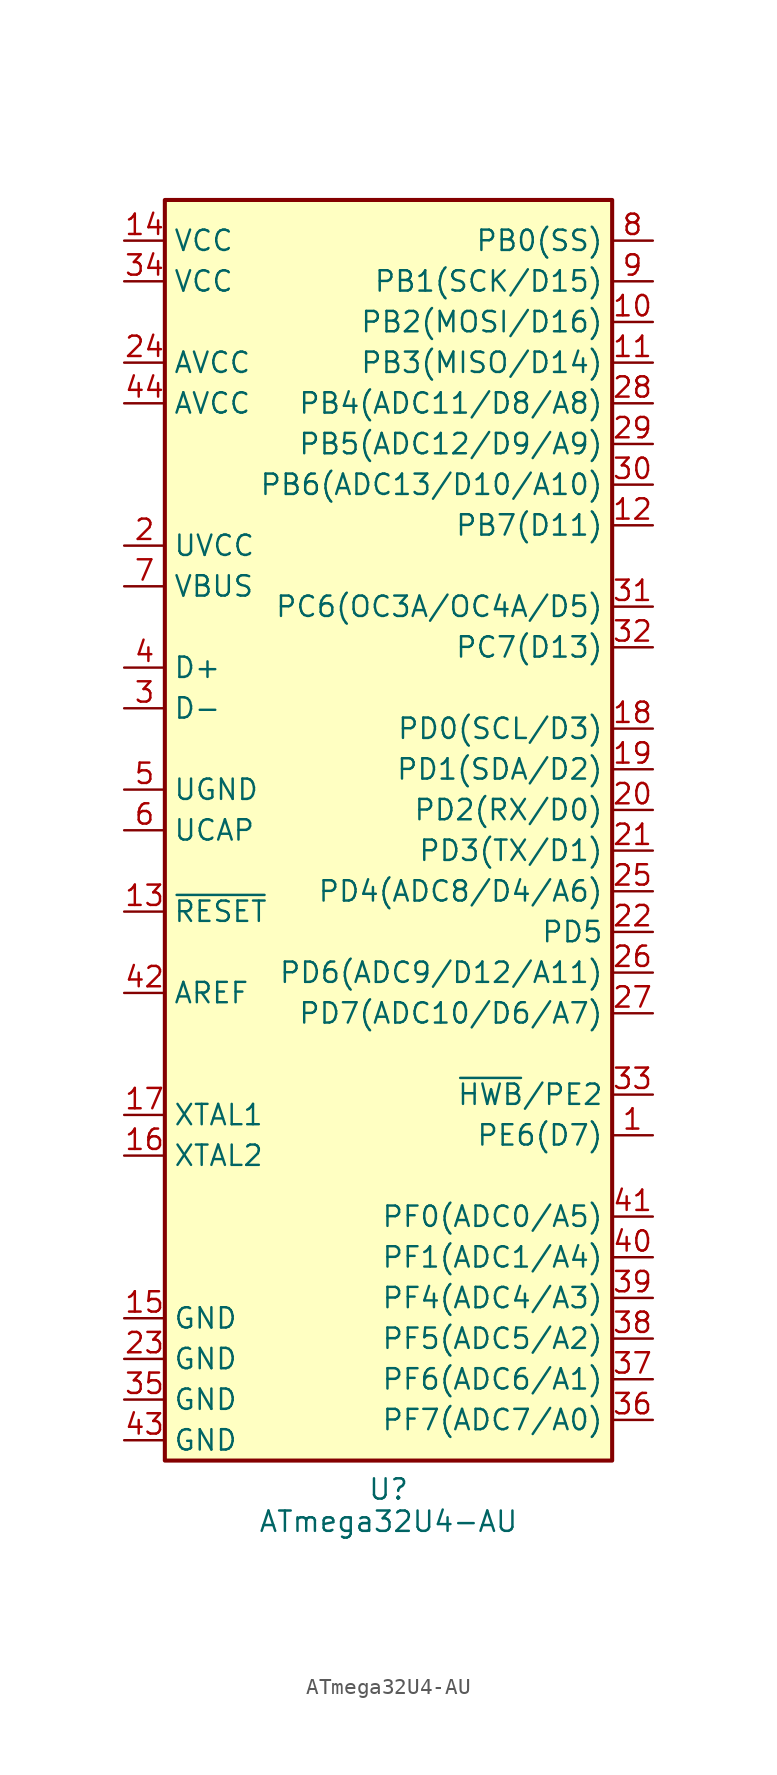
<source format=kicad_sym>
(kicad_symbol_lib
  (version 20211014)
  (generator kicad_symbol_editor)
  (symbol "ATmega32U4-AU"
    (property "Reference" "U"
      (at 0 -40.64 0)
      (effects (font (size 1.27 1.27)) (justify bottom)))
    (property "Value" "ATmega32U4-AU"
      (at 0 -41.91 0)
      (effects (font (size 1.27 1.27))))
    (symbol "ATmega32U4-AU_0_1"
      (rectangle (start -13.97 -38.1) (end 13.97 40.64) (stroke (width 0.254) (type default) (color 0 0 0 0)) (fill (type background))))
    (symbol "ATmega32U4-AU_1_1"
      (pin bidirectional line (at 16.51 -17.78 180) (length 2.54) (name "PE6(D7)" (effects (font (size 1.27 1.27)))) (number "1" (effects (font (size 1.27 1.27)))))
      (pin bidirectional line (at 16.51 33.02 180) (length 2.54) (name "PB2(MOSI/D16)" (effects (font (size 1.27 1.27)))) (number "10" (effects (font (size 1.27 1.27)))))
      (pin bidirectional line (at 16.51 30.48 180) (length 2.54) (name "PB3(MISO/D14)" (effects (font (size 1.27 1.27)))) (number "11" (effects (font (size 1.27 1.27)))))
      (pin bidirectional line (at 16.51 20.32 180) (length 2.54) (name "PB7(D11)" (effects (font (size 1.27 1.27)))) (number "12" (effects (font (size 1.27 1.27)))))
      (pin input line (at -16.51 -3.81 0) (length 2.54) (name "~{RESET}" (effects (font (size 1.27 1.27)))) (number "13" (effects (font (size 1.27 1.27)))))
      (pin passive line (at -16.51 38.1 0) (length 2.54) (name "VCC" (effects (font (size 1.27 1.27)))) (number "14" (effects (font (size 1.27 1.27)))))
      (pin passive line (at -16.51 -29.21 0) (length 2.54) (name "GND" (effects (font (size 1.27 1.27)))) (number "15" (effects (font (size 1.27 1.27)))))
      (pin output line (at -16.51 -19.05 0) (length 2.54) (name "XTAL2" (effects (font (size 1.27 1.27)))) (number "16" (effects (font (size 1.27 1.27)))))
      (pin input line (at -16.51 -16.51 0) (length 2.54) (name "XTAL1" (effects (font (size 1.27 1.27)))) (number "17" (effects (font (size 1.27 1.27)))))
      (pin bidirectional line (at 16.51 7.62 180) (length 2.54) (name "PD0(SCL/D3)" (effects (font (size 1.27 1.27)))) (number "18" (effects (font (size 1.27 1.27)))))
      (pin bidirectional line (at 16.51 5.08 180) (length 2.54) (name "PD1(SDA/D2)" (effects (font (size 1.27 1.27)))) (number "19" (effects (font (size 1.27 1.27)))))
      (pin power_in line (at -16.51 19.05 0) (length 2.54) (name "UVCC" (effects (font (size 1.27 1.27)))) (number "2" (effects (font (size 1.27 1.27)))))
      (pin bidirectional line (at 16.51 2.54 180) (length 2.54) (name "PD2(RX/D0)" (effects (font (size 1.27 1.27)))) (number "20" (effects (font (size 1.27 1.27)))))
      (pin bidirectional line (at 16.51 0 180) (length 2.54) (name "PD3(TX/D1)" (effects (font (size 1.27 1.27)))) (number "21" (effects (font (size 1.27 1.27)))))
      (pin bidirectional line (at 16.51 -5.08 180) (length 2.54) (name "PD5" (effects (font (size 1.27 1.27)))) (number "22" (effects (font (size 1.27 1.27)))))
      (pin passive line (at -16.51 -31.75 0) (length 2.54) (name "GND" (effects (font (size 1.27 1.27)))) (number "23" (effects (font (size 1.27 1.27)))))
      (pin passive line (at -16.51 30.48 0) (length 2.54) (name "AVCC" (effects (font (size 1.27 1.27)))) (number "24" (effects (font (size 1.27 1.27)))))
      (pin bidirectional line (at 16.51 -2.54 180) (length 2.54) (name "PD4(ADC8/D4/A6)" (effects (font (size 1.27 1.27)))) (number "25" (effects (font (size 1.27 1.27)))))
      (pin bidirectional line (at 16.51 -7.62 180) (length 2.54) (name "PD6(ADC9/D12/A11)" (effects (font (size 1.27 1.27)))) (number "26" (effects (font (size 1.27 1.27)))))
      (pin bidirectional line (at 16.51 -10.16 180) (length 2.54) (name "PD7(ADC10/D6/A7)" (effects (font (size 1.27 1.27)))) (number "27" (effects (font (size 1.27 1.27)))))
      (pin bidirectional line (at 16.51 27.94 180) (length 2.54) (name "PB4(ADC11/D8/A8)" (effects (font (size 1.27 1.27)))) (number "28" (effects (font (size 1.27 1.27)))))
      (pin bidirectional line (at 16.51 25.4 180) (length 2.54) (name "PB5(ADC12/D9/A9)" (effects (font (size 1.27 1.27)))) (number "29" (effects (font (size 1.27 1.27)))))
      (pin bidirectional line (at -16.51 8.89 0) (length 2.54) (name "D-" (effects (font (size 1.27 1.27)))) (number "3" (effects (font (size 1.27 1.27)))))
      (pin bidirectional line (at 16.51 22.86 180) (length 2.54) (name "PB6(ADC13/D10/A10)" (effects (font (size 1.27 1.27)))) (number "30" (effects (font (size 1.27 1.27)))))
      (pin bidirectional line (at 16.51 15.24 180) (length 2.54) (name "PC6(OC3A/OC4A/D5)" (effects (font (size 1.27 1.27)))) (number "31" (effects (font (size 1.27 1.27)))))
      (pin bidirectional line (at 16.51 12.7 180) (length 2.54) (name "PC7(D13)" (effects (font (size 1.27 1.27)))) (number "32" (effects (font (size 1.27 1.27)))))
      (pin passive line (at 16.51 -15.24 180) (length 2.54) (name "~{HWB}/PE2" (effects (font (size 1.27 1.27)))) (number "33" (effects (font (size 1.27 1.27)))))
      (pin passive line (at -16.51 35.56 0) (length 2.54) (name "VCC" (effects (font (size 1.27 1.27)))) (number "34" (effects (font (size 1.27 1.27)))))
      (pin passive line (at -16.51 -34.29 0) (length 2.54) (name "GND" (effects (font (size 1.27 1.27)))) (number "35" (effects (font (size 1.27 1.27)))))
      (pin passive line (at 16.51 -35.56 180) (length 2.54) (name "PF7(ADC7/A0)" (effects (font (size 1.27 1.27)))) (number "36" (effects (font (size 1.27 1.27)))))
      (pin passive line (at 16.51 -33.02 180) (length 2.54) (name "PF6(ADC6/A1)" (effects (font (size 1.27 1.27)))) (number "37" (effects (font (size 1.27 1.27)))))
      (pin passive line (at 16.51 -30.48 180) (length 2.54) (name "PF5(ADC5/A2)" (effects (font (size 1.27 1.27)))) (number "38" (effects (font (size 1.27 1.27)))))
      (pin passive line (at 16.51 -27.94 180) (length 2.54) (name "PF4(ADC4/A3)" (effects (font (size 1.27 1.27)))) (number "39" (effects (font (size 1.27 1.27)))))
      (pin bidirectional line (at -16.51 11.43 0) (length 2.54) (name "D+" (effects (font (size 1.27 1.27)))) (number "4" (effects (font (size 1.27 1.27)))))
      (pin passive line (at 16.51 -25.4 180) (length 2.54) (name "PF1(ADC1/A4)" (effects (font (size 1.27 1.27)))) (number "40" (effects (font (size 1.27 1.27)))))
      (pin passive line (at 16.51 -22.86 180) (length 2.54) (name "PF0(ADC0/A5)" (effects (font (size 1.27 1.27)))) (number "41" (effects (font (size 1.27 1.27)))))
      (pin passive line (at -16.51 -8.89 0) (length 2.54) (name "AREF" (effects (font (size 1.27 1.27)))) (number "42" (effects (font (size 1.27 1.27)))))
      (pin passive line (at -16.51 -36.83 0) (length 2.54) (name "GND" (effects (font (size 1.27 1.27)))) (number "43" (effects (font (size 1.27 1.27)))))
      (pin passive line (at -16.51 27.94 0) (length 2.54) (name "AVCC" (effects (font (size 1.27 1.27)))) (number "44" (effects (font (size 1.27 1.27)))))
      (pin passive line (at -16.51 3.81 0) (length 2.54) (name "UGND" (effects (font (size 1.27 1.27)))) (number "5" (effects (font (size 1.27 1.27)))))
      (pin passive line (at -16.51 1.27 0) (length 2.54) (name "UCAP" (effects (font (size 1.27 1.27)))) (number "6" (effects (font (size 1.27 1.27)))))
      (pin input line (at -16.51 16.51 0) (length 2.54) (name "VBUS" (effects (font (size 1.27 1.27)))) (number "7" (effects (font (size 1.27 1.27)))))
      (pin bidirectional line (at 16.51 38.1 180) (length 2.54) (name "PB0(SS)" (effects (font (size 1.27 1.27)))) (number "8" (effects (font (size 1.27 1.27)))))
      (pin bidirectional line (at 16.51 35.56 180) (length 2.54) (name "PB1(SCK/D15)" (effects (font (size 1.27 1.27)))) (number "9" (effects (font (size 1.27 1.27))))))))
</source>
